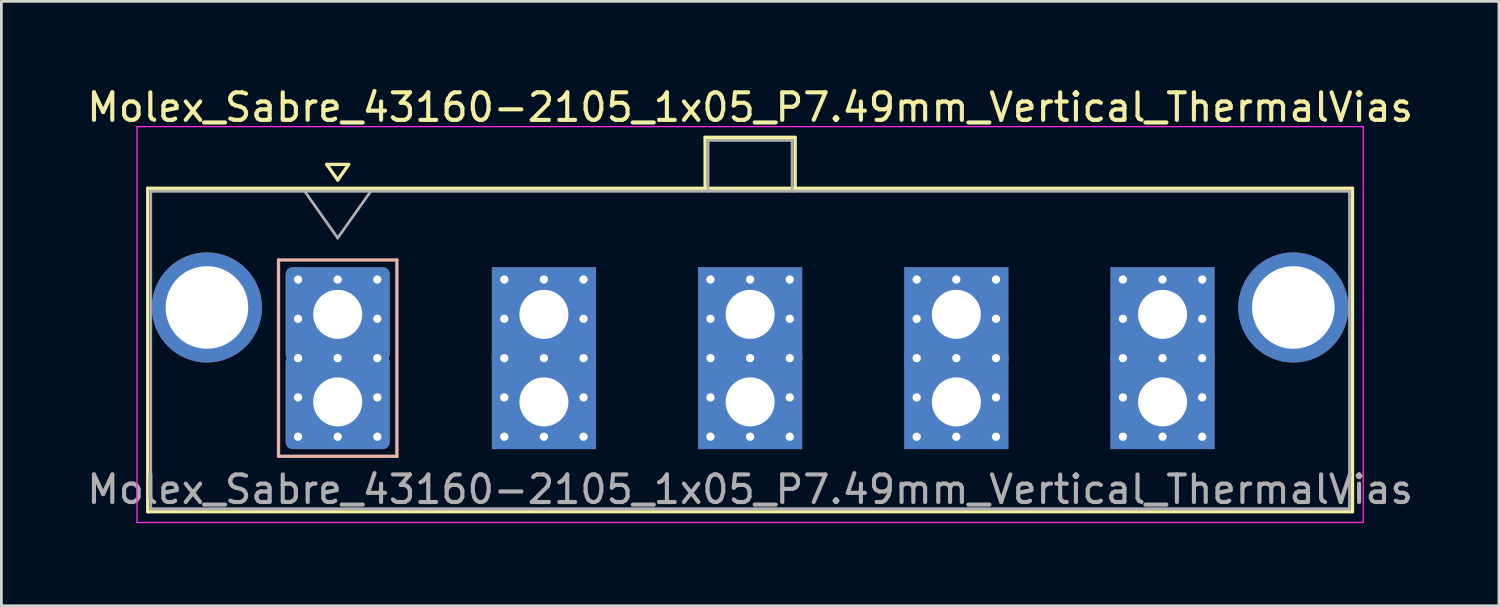
<source format=kicad_pcb>
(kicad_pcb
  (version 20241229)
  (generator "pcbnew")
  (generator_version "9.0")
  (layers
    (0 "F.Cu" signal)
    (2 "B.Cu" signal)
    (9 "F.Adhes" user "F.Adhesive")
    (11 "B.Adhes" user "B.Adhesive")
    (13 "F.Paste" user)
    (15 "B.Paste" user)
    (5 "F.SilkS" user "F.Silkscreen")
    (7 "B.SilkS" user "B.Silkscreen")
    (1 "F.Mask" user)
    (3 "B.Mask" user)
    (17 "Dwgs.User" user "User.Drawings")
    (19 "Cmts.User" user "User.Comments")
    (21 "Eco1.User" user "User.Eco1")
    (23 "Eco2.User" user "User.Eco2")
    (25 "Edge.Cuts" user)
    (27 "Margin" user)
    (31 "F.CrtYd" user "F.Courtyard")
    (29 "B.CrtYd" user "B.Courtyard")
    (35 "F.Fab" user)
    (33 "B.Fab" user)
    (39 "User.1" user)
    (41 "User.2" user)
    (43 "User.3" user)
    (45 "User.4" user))
  (footprint "Molex_Sabre_43160-2105_1x05_P7.49mm_Vertical_ThermalVias"
    (layer "F.Cu")
    (at 9.216 11.548)
    (property "Reference" "Molex_Sabre_43160-2105_1x05_P7.49mm_Vertical_ThermalVias" (at 14.98 -10.7 0) (layer "F.SilkS") (effects (font (size 1 1) (thickness 0.15))))
    (attr through_hole)
    (fp_line (start -6.9 -7.76) (end -6.9 3.99) (stroke (width 0.12) (type solid)) (layer "F.SilkS"))
    (fp_line (start -6.9 3.99) (end 36.86 3.99) (stroke (width 0.12) (type solid)) (layer "F.SilkS"))
    (fp_line (start -0.4 -8.626) (end 0 -8.06) (stroke (width 0.12) (type solid)) (layer "F.SilkS"))
    (fp_line (start 0 -8.06) (end 0.4 -8.626) (stroke (width 0.12) (type solid)) (layer "F.SilkS"))
    (fp_line (start 0.4 -8.626) (end -0.4 -8.626) (stroke (width 0.12) (type solid)) (layer "F.SilkS"))
    (fp_line (start 13.345 -9.61) (end 16.615 -9.61) (stroke (width 0.12) (type solid)) (layer "F.SilkS"))
    (fp_line (start 13.345 -7.76) (end 13.345 -9.61) (stroke (width 0.12) (type solid)) (layer "F.SilkS"))
    (fp_line (start 16.615 -9.61) (end 16.615 -7.76) (stroke (width 0.12) (type solid)) (layer "F.SilkS"))
    (fp_line (start 36.86 -7.76) (end -6.9 -7.76) (stroke (width 0.12) (type solid)) (layer "F.SilkS"))
    (fp_line (start 36.86 3.99) (end 36.86 -7.76) (stroke (width 0.12) (type solid)) (layer "F.SilkS"))
    (fp_line (start -2.15 -5.155) (end -2.15 1.975) (stroke (width 0.12) (type solid)) (layer "B.SilkS"))
    (fp_line (start -2.15 1.975) (end 2.15 1.975) (stroke (width 0.12) (type solid)) (layer "B.SilkS"))
    (fp_line (start 2.15 -5.155) (end -2.15 -5.155) (stroke (width 0.12) (type solid)) (layer "B.SilkS"))
    (fp_line (start 2.15 1.975) (end 2.15 -5.155) (stroke (width 0.12) (type solid)) (layer "B.SilkS"))
    (fp_line (start -7.29 -10) (end -7.29 4.38) (stroke (width 0.05) (type solid)) (layer "F.CrtYd"))
    (fp_line (start -7.29 4.38) (end 37.25 4.38) (stroke (width 0.05) (type solid)) (layer "F.CrtYd"))
    (fp_line (start 37.25 -10) (end -7.29 -10) (stroke (width 0.05) (type solid)) (layer "F.CrtYd"))
    (fp_line (start 37.25 4.38) (end 37.25 -10) (stroke (width 0.05) (type solid)) (layer "F.CrtYd"))
    (fp_line (start -6.79 -7.65) (end -6.79 3.88) (stroke (width 0.1) (type solid)) (layer "F.Fab"))
    (fp_line (start -6.79 3.88) (end 36.75 3.88) (stroke (width 0.1) (type solid)) (layer "F.Fab"))
    (fp_line (start -1.2 -7.65) (end 0 -5.953) (stroke (width 0.1) (type solid)) (layer "F.Fab"))
    (fp_line (start 0 -5.953) (end 1.2 -7.65) (stroke (width 0.1) (type solid)) (layer "F.Fab"))
    (fp_line (start 13.455 -9.5) (end 16.505 -9.5) (stroke (width 0.1) (type solid)) (layer "F.Fab"))
    (fp_line (start 13.455 -7.65) (end 13.455 -9.5) (stroke (width 0.1) (type solid)) (layer "F.Fab"))
    (fp_line (start 16.505 -9.5) (end 16.505 -7.65) (stroke (width 0.1) (type solid)) (layer "F.Fab"))
    (fp_line (start 36.75 -7.65) (end -6.79 -7.65) (stroke (width 0.1) (type solid)) (layer "F.Fab"))
    (fp_line (start 36.75 3.88) (end 36.75 -7.65) (stroke (width 0.1) (type solid)) (layer "F.Fab"))
    (fp_text user "${REFERENCE}" (at 14.98 3.18 0) (layer "F.Fab") (effects (font (size 1 1) (thickness 0.15))))
    (pad "" thru_hole circle (at -4.75 -3.43) (size 4 4) (drill 3) (layers "*.Cu" "*.Mask"))
    (pad "" thru_hole circle (at 34.71 -3.43) (size 4 4) (drill 3) (layers "*.Cu" "*.Mask"))
    (pad "1" thru_hole roundrect (at -1.44 -4.445) (size 0.6 0.6) (drill 0.3) (layers "*.Cu" "*.Mask") (roundrect_rratio 0.25))
    (pad "1" thru_hole roundrect (at -1.44 -3.018) (size 0.6 0.6) (drill 0.3) (layers "*.Cu" "*.Mask") (roundrect_rratio 0.25))
    (pad "1" thru_hole roundrect (at -1.44 -1.59) (size 0.6 0.6) (drill 0.3) (layers "*.Cu" "*.Mask") (roundrect_rratio 0.25))
    (pad "1" thru_hole roundrect (at -1.44 -0.163) (size 0.6 0.6) (drill 0.3) (layers "*.Cu" "*.Mask") (roundrect_rratio 0.25))
    (pad "1" thru_hole roundrect (at -1.44 1.265) (size 0.6 0.6) (drill 0.3) (layers "*.Cu" "*.Mask") (roundrect_rratio 0.25))
    (pad "1" thru_hole roundrect (at 0 -4.445) (size 0.6 0.6) (drill 0.3) (layers "*.Cu" "*.Mask") (roundrect_rratio 0.25))
    (pad "1" thru_hole roundrect (at 0 -3.18) (size 3.78 3.43) (drill 1.78) (layers "*.Cu" "*.Mask") (roundrect_rratio 0.073))
    (pad "1" thru_hole roundrect (at 0 -1.59) (size 0.6 0.6) (drill 0.3) (layers "*.Cu" "*.Mask") (roundrect_rratio 0.25))
    (pad "1" thru_hole roundrect (at 0 0) (size 3.78 3.43) (drill 1.78) (layers "*.Cu" "*.Mask") (roundrect_rratio 0.073))
    (pad "1" thru_hole roundrect (at 0 1.265) (size 0.6 0.6) (drill 0.3) (layers "*.Cu" "*.Mask") (roundrect_rratio 0.25))
    (pad "1" thru_hole roundrect (at 1.44 -4.445) (size 0.6 0.6) (drill 0.3) (layers "*.Cu" "*.Mask") (roundrect_rratio 0.25))
    (pad "1" thru_hole roundrect (at 1.44 -3.018) (size 0.6 0.6) (drill 0.3) (layers "*.Cu" "*.Mask") (roundrect_rratio 0.25))
    (pad "1" thru_hole roundrect (at 1.44 -1.59) (size 0.6 0.6) (drill 0.3) (layers "*.Cu" "*.Mask") (roundrect_rratio 0.25))
    (pad "1" thru_hole roundrect (at 1.44 -0.163) (size 0.6 0.6) (drill 0.3) (layers "*.Cu" "*.Mask") (roundrect_rratio 0.25))
    (pad "1" thru_hole roundrect (at 1.44 1.265) (size 0.6 0.6) (drill 0.3) (layers "*.Cu" "*.Mask") (roundrect_rratio 0.25))
    (pad "2" thru_hole circle (at 6.05 -4.445) (size 0.6 0.6) (drill 0.3) (layers "*.Cu" "*.Mask"))
    (pad "2" thru_hole circle (at 6.05 -3.018) (size 0.6 0.6) (drill 0.3) (layers "*.Cu" "*.Mask"))
    (pad "2" thru_hole circle (at 6.05 -1.59) (size 0.6 0.6) (drill 0.3) (layers "*.Cu" "*.Mask"))
    (pad "2" thru_hole circle (at 6.05 -0.163) (size 0.6 0.6) (drill 0.3) (layers "*.Cu" "*.Mask"))
    (pad "2" thru_hole circle (at 6.05 1.265) (size 0.6 0.6) (drill 0.3) (layers "*.Cu" "*.Mask"))
    (pad "2" thru_hole circle (at 7.49 -4.445) (size 0.6 0.6) (drill 0.3) (layers "*.Cu" "*.Mask"))
    (pad "2" thru_hole rect (at 7.49 -3.18) (size 3.78 3.43) (drill 1.78) (layers "*.Cu" "*.Mask"))
    (pad "2" thru_hole circle (at 7.49 -1.59) (size 0.6 0.6) (drill 0.3) (layers "*.Cu" "*.Mask"))
    (pad "2" thru_hole rect (at 7.49 0) (size 3.78 3.43) (drill 1.78) (layers "*.Cu" "*.Mask"))
    (pad "2" thru_hole circle (at 7.49 1.265) (size 0.6 0.6) (drill 0.3) (layers "*.Cu" "*.Mask"))
    (pad "2" thru_hole circle (at 8.93 -4.445) (size 0.6 0.6) (drill 0.3) (layers "*.Cu" "*.Mask"))
    (pad "2" thru_hole circle (at 8.93 -3.018) (size 0.6 0.6) (drill 0.3) (layers "*.Cu" "*.Mask"))
    (pad "2" thru_hole circle (at 8.93 -1.59) (size 0.6 0.6) (drill 0.3) (layers "*.Cu" "*.Mask"))
    (pad "2" thru_hole circle (at 8.93 -0.163) (size 0.6 0.6) (drill 0.3) (layers "*.Cu" "*.Mask"))
    (pad "2" thru_hole circle (at 8.93 1.265) (size 0.6 0.6) (drill 0.3) (layers "*.Cu" "*.Mask"))
    (pad "3" thru_hole circle (at 13.54 -4.445) (size 0.6 0.6) (drill 0.3) (layers "*.Cu" "*.Mask"))
    (pad "3" thru_hole circle (at 13.54 -3.018) (size 0.6 0.6) (drill 0.3) (layers "*.Cu" "*.Mask"))
    (pad "3" thru_hole circle (at 13.54 -1.59) (size 0.6 0.6) (drill 0.3) (layers "*.Cu" "*.Mask"))
    (pad "3" thru_hole circle (at 13.54 -0.163) (size 0.6 0.6) (drill 0.3) (layers "*.Cu" "*.Mask"))
    (pad "3" thru_hole circle (at 13.54 1.265) (size 0.6 0.6) (drill 0.3) (layers "*.Cu" "*.Mask"))
    (pad "3" thru_hole circle (at 14.98 -4.445) (size 0.6 0.6) (drill 0.3) (layers "*.Cu" "*.Mask"))
    (pad "3" thru_hole rect (at 14.98 -3.18) (size 3.78 3.43) (drill 1.78) (layers "*.Cu" "*.Mask"))
    (pad "3" thru_hole circle (at 14.98 -1.59) (size 0.6 0.6) (drill 0.3) (layers "*.Cu" "*.Mask"))
    (pad "3" thru_hole rect (at 14.98 0) (size 3.78 3.43) (drill 1.78) (layers "*.Cu" "*.Mask"))
    (pad "3" thru_hole circle (at 14.98 1.265) (size 0.6 0.6) (drill 0.3) (layers "*.Cu" "*.Mask"))
    (pad "3" thru_hole circle (at 16.42 -4.445) (size 0.6 0.6) (drill 0.3) (layers "*.Cu" "*.Mask"))
    (pad "3" thru_hole circle (at 16.42 -3.018) (size 0.6 0.6) (drill 0.3) (layers "*.Cu" "*.Mask"))
    (pad "3" thru_hole circle (at 16.42 -1.59) (size 0.6 0.6) (drill 0.3) (layers "*.Cu" "*.Mask"))
    (pad "3" thru_hole circle (at 16.42 -0.163) (size 0.6 0.6) (drill 0.3) (layers "*.Cu" "*.Mask"))
    (pad "3" thru_hole circle (at 16.42 1.265) (size 0.6 0.6) (drill 0.3) (layers "*.Cu" "*.Mask"))
    (pad "4" thru_hole circle (at 21.03 -4.445) (size 0.6 0.6) (drill 0.3) (layers "*.Cu" "*.Mask"))
    (pad "4" thru_hole circle (at 21.03 -3.018) (size 0.6 0.6) (drill 0.3) (layers "*.Cu" "*.Mask"))
    (pad "4" thru_hole circle (at 21.03 -1.59) (size 0.6 0.6) (drill 0.3) (layers "*.Cu" "*.Mask"))
    (pad "4" thru_hole circle (at 21.03 -0.163) (size 0.6 0.6) (drill 0.3) (layers "*.Cu" "*.Mask"))
    (pad "4" thru_hole circle (at 21.03 1.265) (size 0.6 0.6) (drill 0.3) (layers "*.Cu" "*.Mask"))
    (pad "4" thru_hole circle (at 22.47 -4.445) (size 0.6 0.6) (drill 0.3) (layers "*.Cu" "*.Mask"))
    (pad "4" thru_hole rect (at 22.47 -3.18) (size 3.78 3.43) (drill 1.78) (layers "*.Cu" "*.Mask"))
    (pad "4" thru_hole circle (at 22.47 -1.59) (size 0.6 0.6) (drill 0.3) (layers "*.Cu" "*.Mask"))
    (pad "4" thru_hole rect (at 22.47 0) (size 3.78 3.43) (drill 1.78) (layers "*.Cu" "*.Mask"))
    (pad "4" thru_hole circle (at 22.47 1.265) (size 0.6 0.6) (drill 0.3) (layers "*.Cu" "*.Mask"))
    (pad "4" thru_hole circle (at 23.91 -4.445) (size 0.6 0.6) (drill 0.3) (layers "*.Cu" "*.Mask"))
    (pad "4" thru_hole circle (at 23.91 -3.018) (size 0.6 0.6) (drill 0.3) (layers "*.Cu" "*.Mask"))
    (pad "4" thru_hole circle (at 23.91 -1.59) (size 0.6 0.6) (drill 0.3) (layers "*.Cu" "*.Mask"))
    (pad "4" thru_hole circle (at 23.91 -0.163) (size 0.6 0.6) (drill 0.3) (layers "*.Cu" "*.Mask"))
    (pad "4" thru_hole circle (at 23.91 1.265) (size 0.6 0.6) (drill 0.3) (layers "*.Cu" "*.Mask"))
    (pad "5" thru_hole circle (at 28.52 -4.445) (size 0.6 0.6) (drill 0.3) (layers "*.Cu" "*.Mask"))
    (pad "5" thru_hole circle (at 28.52 -3.018) (size 0.6 0.6) (drill 0.3) (layers "*.Cu" "*.Mask"))
    (pad "5" thru_hole circle (at 28.52 -1.59) (size 0.6 0.6) (drill 0.3) (layers "*.Cu" "*.Mask"))
    (pad "5" thru_hole circle (at 28.52 -0.163) (size 0.6 0.6) (drill 0.3) (layers "*.Cu" "*.Mask"))
    (pad "5" thru_hole circle (at 28.52 1.265) (size 0.6 0.6) (drill 0.3) (layers "*.Cu" "*.Mask"))
    (pad "5" thru_hole circle (at 29.96 -4.445) (size 0.6 0.6) (drill 0.3) (layers "*.Cu" "*.Mask"))
    (pad "5" thru_hole rect (at 29.96 -3.18) (size 3.78 3.43) (drill 1.78) (layers "*.Cu" "*.Mask"))
    (pad "5" thru_hole circle (at 29.96 -1.59) (size 0.6 0.6) (drill 0.3) (layers "*.Cu" "*.Mask"))
    (pad "5" thru_hole rect (at 29.96 0) (size 3.78 3.43) (drill 1.78) (layers "*.Cu" "*.Mask"))
    (pad "5" thru_hole circle (at 29.96 1.265) (size 0.6 0.6) (drill 0.3) (layers "*.Cu" "*.Mask"))
    (pad "5" thru_hole circle (at 31.4 -4.445) (size 0.6 0.6) (drill 0.3) (layers "*.Cu" "*.Mask"))
    (pad "5" thru_hole circle (at 31.4 -3.018) (size 0.6 0.6) (drill 0.3) (layers "*.Cu" "*.Mask"))
    (pad "5" thru_hole circle (at 31.4 -1.59) (size 0.6 0.6) (drill 0.3) (layers "*.Cu" "*.Mask"))
    (pad "5" thru_hole circle (at 31.4 -0.163) (size 0.6 0.6) (drill 0.3) (layers "*.Cu" "*.Mask"))
    (pad "5" thru_hole circle (at 31.4 1.265) (size 0.6 0.6) (drill 0.3) (layers "*.Cu" "*.Mask")))
  (gr_rect
    (start -3 -3)
    (end 51.393 18.953)
    (stroke (width 0.1) (type default))
    (fill no)
    (layer "Edge.Cuts")))
</source>
